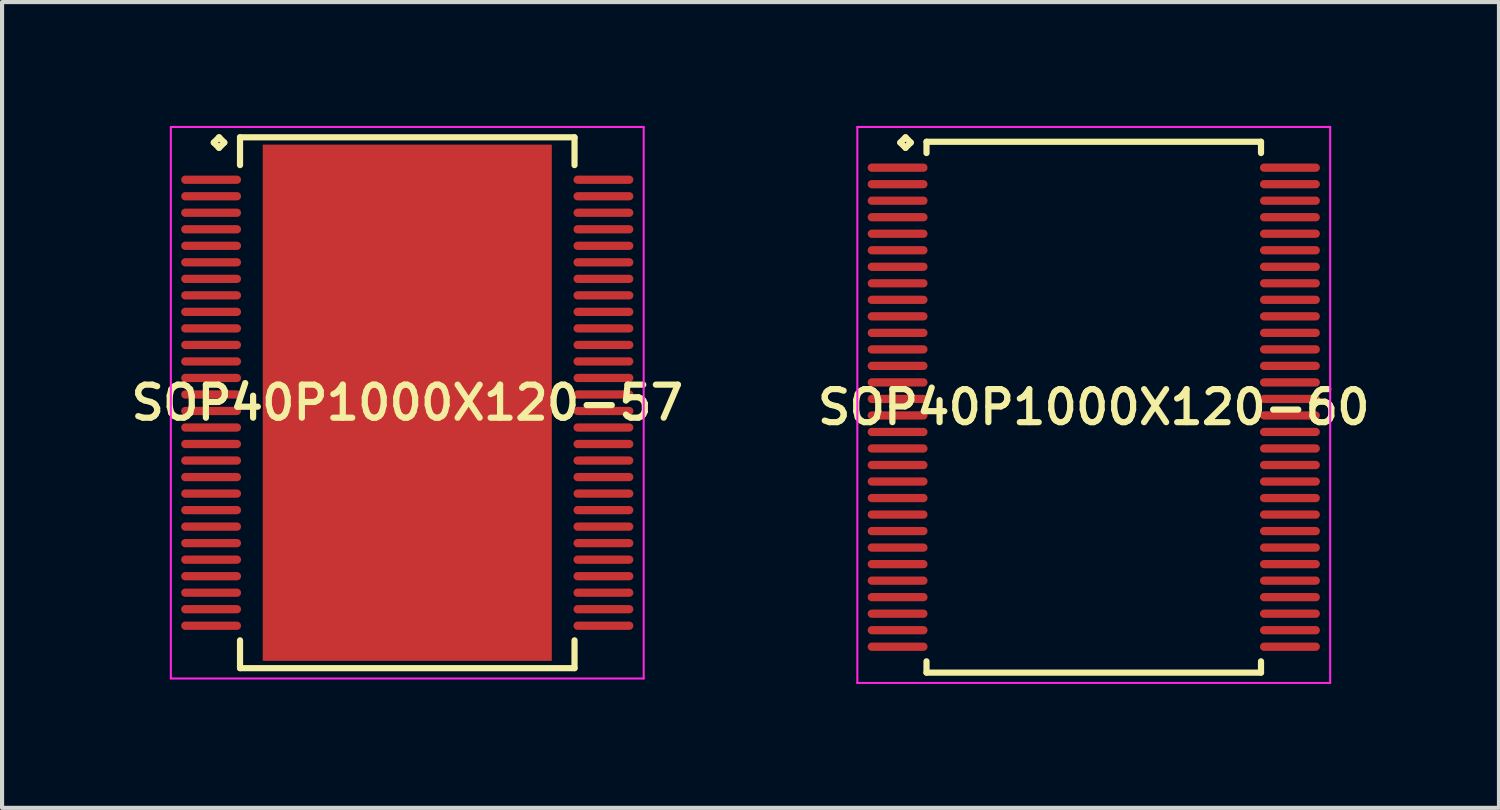
<source format=kicad_pcb>
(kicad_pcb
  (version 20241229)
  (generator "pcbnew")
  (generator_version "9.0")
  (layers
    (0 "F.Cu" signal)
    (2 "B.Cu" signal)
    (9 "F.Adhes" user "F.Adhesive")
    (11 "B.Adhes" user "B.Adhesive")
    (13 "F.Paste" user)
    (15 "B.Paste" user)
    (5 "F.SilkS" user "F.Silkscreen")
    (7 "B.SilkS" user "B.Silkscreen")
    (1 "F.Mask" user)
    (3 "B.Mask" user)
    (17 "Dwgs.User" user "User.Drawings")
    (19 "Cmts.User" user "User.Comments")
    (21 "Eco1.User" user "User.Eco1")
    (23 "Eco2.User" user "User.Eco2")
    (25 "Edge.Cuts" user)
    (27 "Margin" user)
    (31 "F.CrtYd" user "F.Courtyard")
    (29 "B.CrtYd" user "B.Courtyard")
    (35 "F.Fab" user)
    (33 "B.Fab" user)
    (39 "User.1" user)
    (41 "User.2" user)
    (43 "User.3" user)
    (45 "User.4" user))
  (footprint "SOP40P1000X120-60"
    (layer "F.Cu")
    (at 23.435 6.81)
    (property "Reference" "SOP40P1000X120-60" (at 0 0 0) (layer "F.SilkS") (effects (font (size 0.8 0.8) (thickness 0.15))))
    (attr smd)
    (fp_line (start -4.685 -6.408) (end -4.558 -6.535) (stroke (width 0.15) (type solid)) (layer "F.SilkS"))
    (fp_line (start -4.558 -6.535) (end -4.431 -6.408) (stroke (width 0.15) (type solid)) (layer "F.SilkS"))
    (fp_line (start -4.558 -6.281) (end -4.685 -6.408) (stroke (width 0.15) (type solid)) (layer "F.SilkS"))
    (fp_line (start -4.431 -6.408) (end -4.558 -6.281) (stroke (width 0.15) (type solid)) (layer "F.SilkS"))
    (fp_line (start -4.05 -6.427) (end 4.05 -6.427) (stroke (width 0.15) (type solid)) (layer "F.SilkS"))
    (fp_line (start -4.05 -6.154) (end -4.05 -6.427) (stroke (width 0.15) (type solid)) (layer "F.SilkS"))
    (fp_line (start -4.05 6.154) (end -4.05 6.427) (stroke (width 0.15) (type solid)) (layer "F.SilkS"))
    (fp_line (start -4.05 6.427) (end 4.05 6.427) (stroke (width 0.15) (type solid)) (layer "F.SilkS"))
    (fp_line (start 4.05 -6.427) (end 4.05 -6.154) (stroke (width 0.15) (type solid)) (layer "F.SilkS"))
    (fp_line (start 4.05 6.427) (end 4.05 6.154) (stroke (width 0.15) (type solid)) (layer "F.SilkS"))
    (fp_line (start -5.725 -6.785) (end 5.725 -6.785) (stroke (width 0.05) (type solid)) (layer "F.CrtYd"))
    (fp_line (start -5.725 6.677) (end -5.725 -6.785) (stroke (width 0.05) (type solid)) (layer "F.CrtYd"))
    (fp_line (start 5.725 -6.785) (end 5.725 6.677) (stroke (width 0.05) (type solid)) (layer "F.CrtYd"))
    (fp_line (start 5.725 6.677) (end -5.725 6.677) (stroke (width 0.05) (type solid)) (layer "F.CrtYd"))
    (pad "1" smd oval (at -4.75 -5.8) (size 1.45 0.2) (layers "F.Cu" "F.Mask" "F.Paste"))
    (pad "2" smd oval (at -4.75 -5.4) (size 1.45 0.2) (layers "F.Cu" "F.Mask" "F.Paste"))
    (pad "3" smd oval (at -4.75 -5) (size 1.45 0.2) (layers "F.Cu" "F.Mask" "F.Paste"))
    (pad "4" smd oval (at -4.75 -4.6) (size 1.45 0.2) (layers "F.Cu" "F.Mask" "F.Paste"))
    (pad "5" smd oval (at -4.75 -4.2) (size 1.45 0.2) (layers "F.Cu" "F.Mask" "F.Paste"))
    (pad "6" smd oval (at -4.75 -3.8) (size 1.45 0.2) (layers "F.Cu" "F.Mask" "F.Paste"))
    (pad "7" smd oval (at -4.75 -3.4) (size 1.45 0.2) (layers "F.Cu" "F.Mask" "F.Paste"))
    (pad "8" smd oval (at -4.75 -3) (size 1.45 0.2) (layers "F.Cu" "F.Mask" "F.Paste"))
    (pad "9" smd oval (at -4.75 -2.6) (size 1.45 0.2) (layers "F.Cu" "F.Mask" "F.Paste"))
    (pad "10" smd oval (at -4.75 -2.2) (size 1.45 0.2) (layers "F.Cu" "F.Mask" "F.Paste"))
    (pad "11" smd oval (at -4.75 -1.8) (size 1.45 0.2) (layers "F.Cu" "F.Mask" "F.Paste"))
    (pad "12" smd oval (at -4.75 -1.4) (size 1.45 0.2) (layers "F.Cu" "F.Mask" "F.Paste"))
    (pad "13" smd oval (at -4.75 -1) (size 1.45 0.2) (layers "F.Cu" "F.Mask" "F.Paste"))
    (pad "14" smd oval (at -4.75 -0.6) (size 1.45 0.2) (layers "F.Cu" "F.Mask" "F.Paste"))
    (pad "15" smd oval (at -4.75 -0.2) (size 1.45 0.2) (layers "F.Cu" "F.Mask" "F.Paste"))
    (pad "16" smd oval (at -4.75 0.2) (size 1.45 0.2) (layers "F.Cu" "F.Mask" "F.Paste"))
    (pad "17" smd oval (at -4.75 0.6) (size 1.45 0.2) (layers "F.Cu" "F.Mask" "F.Paste"))
    (pad "18" smd oval (at -4.75 1) (size 1.45 0.2) (layers "F.Cu" "F.Mask" "F.Paste"))
    (pad "19" smd oval (at -4.75 1.4) (size 1.45 0.2) (layers "F.Cu" "F.Mask" "F.Paste"))
    (pad "20" smd oval (at -4.75 1.8) (size 1.45 0.2) (layers "F.Cu" "F.Mask" "F.Paste"))
    (pad "21" smd oval (at -4.75 2.2) (size 1.45 0.2) (layers "F.Cu" "F.Mask" "F.Paste"))
    (pad "22" smd oval (at -4.75 2.6) (size 1.45 0.2) (layers "F.Cu" "F.Mask" "F.Paste"))
    (pad "23" smd oval (at -4.75 3) (size 1.45 0.2) (layers "F.Cu" "F.Mask" "F.Paste"))
    (pad "24" smd oval (at -4.75 3.4) (size 1.45 0.2) (layers "F.Cu" "F.Mask" "F.Paste"))
    (pad "25" smd oval (at -4.75 3.8) (size 1.45 0.2) (layers "F.Cu" "F.Mask" "F.Paste"))
    (pad "26" smd oval (at -4.75 4.2) (size 1.45 0.2) (layers "F.Cu" "F.Mask" "F.Paste"))
    (pad "27" smd oval (at -4.75 4.6) (size 1.45 0.2) (layers "F.Cu" "F.Mask" "F.Paste"))
    (pad "28" smd oval (at -4.75 5) (size 1.45 0.2) (layers "F.Cu" "F.Mask" "F.Paste"))
    (pad "29" smd oval (at -4.75 5.4) (size 1.45 0.2) (layers "F.Cu" "F.Mask" "F.Paste"))
    (pad "30" smd oval (at -4.75 5.8) (size 1.45 0.2) (layers "F.Cu" "F.Mask" "F.Paste"))
    (pad "31" smd oval (at 4.75 5.8) (size 1.45 0.2) (layers "F.Cu" "F.Mask" "F.Paste"))
    (pad "32" smd oval (at 4.75 5.4) (size 1.45 0.2) (layers "F.Cu" "F.Mask" "F.Paste"))
    (pad "33" smd oval (at 4.75 5) (size 1.45 0.2) (layers "F.Cu" "F.Mask" "F.Paste"))
    (pad "34" smd oval (at 4.75 4.6) (size 1.45 0.2) (layers "F.Cu" "F.Mask" "F.Paste"))
    (pad "35" smd oval (at 4.75 4.2) (size 1.45 0.2) (layers "F.Cu" "F.Mask" "F.Paste"))
    (pad "36" smd oval (at 4.75 3.8) (size 1.45 0.2) (layers "F.Cu" "F.Mask" "F.Paste"))
    (pad "37" smd oval (at 4.75 3.4) (size 1.45 0.2) (layers "F.Cu" "F.Mask" "F.Paste"))
    (pad "38" smd oval (at 4.75 3) (size 1.45 0.2) (layers "F.Cu" "F.Mask" "F.Paste"))
    (pad "39" smd oval (at 4.75 2.6) (size 1.45 0.2) (layers "F.Cu" "F.Mask" "F.Paste"))
    (pad "40" smd oval (at 4.75 2.2) (size 1.45 0.2) (layers "F.Cu" "F.Mask" "F.Paste"))
    (pad "41" smd oval (at 4.75 1.8) (size 1.45 0.2) (layers "F.Cu" "F.Mask" "F.Paste"))
    (pad "42" smd oval (at 4.75 1.4) (size 1.45 0.2) (layers "F.Cu" "F.Mask" "F.Paste"))
    (pad "43" smd oval (at 4.75 1) (size 1.45 0.2) (layers "F.Cu" "F.Mask" "F.Paste"))
    (pad "44" smd oval (at 4.75 0.6) (size 1.45 0.2) (layers "F.Cu" "F.Mask" "F.Paste"))
    (pad "45" smd oval (at 4.75 0.2) (size 1.45 0.2) (layers "F.Cu" "F.Mask" "F.Paste"))
    (pad "46" smd oval (at 4.75 -0.2) (size 1.45 0.2) (layers "F.Cu" "F.Mask" "F.Paste"))
    (pad "47" smd oval (at 4.75 -0.6) (size 1.45 0.2) (layers "F.Cu" "F.Mask" "F.Paste"))
    (pad "48" smd oval (at 4.75 -1) (size 1.45 0.2) (layers "F.Cu" "F.Mask" "F.Paste"))
    (pad "49" smd oval (at 4.75 -1.4) (size 1.45 0.2) (layers "F.Cu" "F.Mask" "F.Paste"))
    (pad "50" smd oval (at 4.75 -1.8) (size 1.45 0.2) (layers "F.Cu" "F.Mask" "F.Paste"))
    (pad "51" smd oval (at 4.75 -2.2) (size 1.45 0.2) (layers "F.Cu" "F.Mask" "F.Paste"))
    (pad "52" smd oval (at 4.75 -2.6) (size 1.45 0.2) (layers "F.Cu" "F.Mask" "F.Paste"))
    (pad "53" smd oval (at 4.75 -3) (size 1.45 0.2) (layers "F.Cu" "F.Mask" "F.Paste"))
    (pad "54" smd oval (at 4.75 -3.4) (size 1.45 0.2) (layers "F.Cu" "F.Mask" "F.Paste"))
    (pad "55" smd oval (at 4.75 -3.8) (size 1.45 0.2) (layers "F.Cu" "F.Mask" "F.Paste"))
    (pad "56" smd oval (at 4.75 -4.2) (size 1.45 0.2) (layers "F.Cu" "F.Mask" "F.Paste"))
    (pad "57" smd oval (at 4.75 -4.6) (size 1.45 0.2) (layers "F.Cu" "F.Mask" "F.Paste"))
    (pad "58" smd oval (at 4.75 -5) (size 1.45 0.2) (layers "F.Cu" "F.Mask" "F.Paste"))
    (pad "59" smd oval (at 4.75 -5.4) (size 1.45 0.2) (layers "F.Cu" "F.Mask" "F.Paste"))
    (pad "60" smd oval (at 4.75 -5.8) (size 1.45 0.2) (layers "F.Cu" "F.Mask" "F.Paste")))
  (footprint "SOP40P1000X120-57"
    (layer "F.Cu")
    (at 6.812 6.702)
    (property "Reference" "SOP40P1000X120-57" (at 0 0 0) (layer "F.SilkS") (effects (font (size 0.8 0.8) (thickness 0.15))))
    (attr smd)
    (fp_line (start -4.685 -6.3) (end -4.558 -6.427) (stroke (width 0.15) (type solid)) (layer "F.SilkS"))
    (fp_line (start -4.558 -6.427) (end -4.431 -6.3) (stroke (width 0.15) (type solid)) (layer "F.SilkS"))
    (fp_line (start -4.558 -6.173) (end -4.685 -6.3) (stroke (width 0.15) (type solid)) (layer "F.SilkS"))
    (fp_line (start -4.431 -6.3) (end -4.558 -6.173) (stroke (width 0.15) (type solid)) (layer "F.SilkS"))
    (fp_line (start -4.05 -6.427) (end 4.05 -6.427) (stroke (width 0.15) (type solid)) (layer "F.SilkS"))
    (fp_line (start -4.05 -5.754) (end -4.05 -6.427) (stroke (width 0.15) (type solid)) (layer "F.SilkS"))
    (fp_line (start -4.05 5.754) (end -4.05 6.427) (stroke (width 0.15) (type solid)) (layer "F.SilkS"))
    (fp_line (start -4.05 6.427) (end 4.05 6.427) (stroke (width 0.15) (type solid)) (layer "F.SilkS"))
    (fp_line (start 4.05 -6.427) (end 4.05 -5.754) (stroke (width 0.15) (type solid)) (layer "F.SilkS"))
    (fp_line (start 4.05 6.427) (end 4.05 5.754) (stroke (width 0.15) (type solid)) (layer "F.SilkS"))
    (fp_line (start -5.725 -6.677) (end 5.725 -6.677) (stroke (width 0.05) (type solid)) (layer "F.CrtYd"))
    (fp_line (start -5.725 6.677) (end -5.725 -6.677) (stroke (width 0.05) (type solid)) (layer "F.CrtYd"))
    (fp_line (start 5.725 -6.677) (end 5.725 6.677) (stroke (width 0.05) (type solid)) (layer "F.CrtYd"))
    (fp_line (start 5.725 6.677) (end -5.725 6.677) (stroke (width 0.05) (type solid)) (layer "F.CrtYd"))
    (pad "1" smd oval (at -4.75 -5.4) (size 1.45 0.2) (layers "F.Cu" "F.Mask" "F.Paste"))
    (pad "2" smd oval (at -4.75 -5) (size 1.45 0.2) (layers "F.Cu" "F.Mask" "F.Paste"))
    (pad "3" smd oval (at -4.75 -4.6) (size 1.45 0.2) (layers "F.Cu" "F.Mask" "F.Paste"))
    (pad "4" smd oval (at -4.75 -4.2) (size 1.45 0.2) (layers "F.Cu" "F.Mask" "F.Paste"))
    (pad "5" smd oval (at -4.75 -3.8) (size 1.45 0.2) (layers "F.Cu" "F.Mask" "F.Paste"))
    (pad "6" smd oval (at -4.75 -3.4) (size 1.45 0.2) (layers "F.Cu" "F.Mask" "F.Paste"))
    (pad "7" smd oval (at -4.75 -3) (size 1.45 0.2) (layers "F.Cu" "F.Mask" "F.Paste"))
    (pad "8" smd oval (at -4.75 -2.6) (size 1.45 0.2) (layers "F.Cu" "F.Mask" "F.Paste"))
    (pad "9" smd oval (at -4.75 -2.2) (size 1.45 0.2) (layers "F.Cu" "F.Mask" "F.Paste"))
    (pad "10" smd oval (at -4.75 -1.8) (size 1.45 0.2) (layers "F.Cu" "F.Mask" "F.Paste"))
    (pad "11" smd oval (at -4.75 -1.4) (size 1.45 0.2) (layers "F.Cu" "F.Mask" "F.Paste"))
    (pad "12" smd oval (at -4.75 -1) (size 1.45 0.2) (layers "F.Cu" "F.Mask" "F.Paste"))
    (pad "13" smd oval (at -4.75 -0.6) (size 1.45 0.2) (layers "F.Cu" "F.Mask" "F.Paste"))
    (pad "14" smd oval (at -4.75 -0.2) (size 1.45 0.2) (layers "F.Cu" "F.Mask" "F.Paste"))
    (pad "15" smd oval (at -4.75 0.2) (size 1.45 0.2) (layers "F.Cu" "F.Mask" "F.Paste"))
    (pad "16" smd oval (at -4.75 0.6) (size 1.45 0.2) (layers "F.Cu" "F.Mask" "F.Paste"))
    (pad "17" smd oval (at -4.75 1) (size 1.45 0.2) (layers "F.Cu" "F.Mask" "F.Paste"))
    (pad "18" smd oval (at -4.75 1.4) (size 1.45 0.2) (layers "F.Cu" "F.Mask" "F.Paste"))
    (pad "19" smd oval (at -4.75 1.8) (size 1.45 0.2) (layers "F.Cu" "F.Mask" "F.Paste"))
    (pad "20" smd oval (at -4.75 2.2) (size 1.45 0.2) (layers "F.Cu" "F.Mask" "F.Paste"))
    (pad "21" smd oval (at -4.75 2.6) (size 1.45 0.2) (layers "F.Cu" "F.Mask" "F.Paste"))
    (pad "22" smd oval (at -4.75 3) (size 1.45 0.2) (layers "F.Cu" "F.Mask" "F.Paste"))
    (pad "23" smd oval (at -4.75 3.4) (size 1.45 0.2) (layers "F.Cu" "F.Mask" "F.Paste"))
    (pad "24" smd oval (at -4.75 3.8) (size 1.45 0.2) (layers "F.Cu" "F.Mask" "F.Paste"))
    (pad "25" smd oval (at -4.75 4.2) (size 1.45 0.2) (layers "F.Cu" "F.Mask" "F.Paste"))
    (pad "26" smd oval (at -4.75 4.6) (size 1.45 0.2) (layers "F.Cu" "F.Mask" "F.Paste"))
    (pad "27" smd oval (at -4.75 5) (size 1.45 0.2) (layers "F.Cu" "F.Mask" "F.Paste"))
    (pad "28" smd oval (at -4.75 5.4) (size 1.45 0.2) (layers "F.Cu" "F.Mask" "F.Paste"))
    (pad "29" smd oval (at 4.75 5.4) (size 1.45 0.2) (layers "F.Cu" "F.Mask" "F.Paste"))
    (pad "30" smd oval (at 4.75 5) (size 1.45 0.2) (layers "F.Cu" "F.Mask" "F.Paste"))
    (pad "31" smd oval (at 4.75 4.6) (size 1.45 0.2) (layers "F.Cu" "F.Mask" "F.Paste"))
    (pad "32" smd oval (at 4.75 4.2) (size 1.45 0.2) (layers "F.Cu" "F.Mask" "F.Paste"))
    (pad "33" smd oval (at 4.75 3.8) (size 1.45 0.2) (layers "F.Cu" "F.Mask" "F.Paste"))
    (pad "34" smd oval (at 4.75 3.4) (size 1.45 0.2) (layers "F.Cu" "F.Mask" "F.Paste"))
    (pad "35" smd oval (at 4.75 3) (size 1.45 0.2) (layers "F.Cu" "F.Mask" "F.Paste"))
    (pad "36" smd oval (at 4.75 2.6) (size 1.45 0.2) (layers "F.Cu" "F.Mask" "F.Paste"))
    (pad "37" smd oval (at 4.75 2.2) (size 1.45 0.2) (layers "F.Cu" "F.Mask" "F.Paste"))
    (pad "38" smd oval (at 4.75 1.8) (size 1.45 0.2) (layers "F.Cu" "F.Mask" "F.Paste"))
    (pad "39" smd oval (at 4.75 1.4) (size 1.45 0.2) (layers "F.Cu" "F.Mask" "F.Paste"))
    (pad "40" smd oval (at 4.75 1) (size 1.45 0.2) (layers "F.Cu" "F.Mask" "F.Paste"))
    (pad "41" smd oval (at 4.75 0.6) (size 1.45 0.2) (layers "F.Cu" "F.Mask" "F.Paste"))
    (pad "42" smd oval (at 4.75 0.2) (size 1.45 0.2) (layers "F.Cu" "F.Mask" "F.Paste"))
    (pad "43" smd oval (at 4.75 -0.2) (size 1.45 0.2) (layers "F.Cu" "F.Mask" "F.Paste"))
    (pad "44" smd oval (at 4.75 -0.6) (size 1.45 0.2) (layers "F.Cu" "F.Mask" "F.Paste"))
    (pad "45" smd oval (at 4.75 -1) (size 1.45 0.2) (layers "F.Cu" "F.Mask" "F.Paste"))
    (pad "46" smd oval (at 4.75 -1.4) (size 1.45 0.2) (layers "F.Cu" "F.Mask" "F.Paste"))
    (pad "47" smd oval (at 4.75 -1.8) (size 1.45 0.2) (layers "F.Cu" "F.Mask" "F.Paste"))
    (pad "48" smd oval (at 4.75 -2.2) (size 1.45 0.2) (layers "F.Cu" "F.Mask" "F.Paste"))
    (pad "49" smd oval (at 4.75 -2.6) (size 1.45 0.2) (layers "F.Cu" "F.Mask" "F.Paste"))
    (pad "50" smd oval (at 4.75 -3) (size 1.45 0.2) (layers "F.Cu" "F.Mask" "F.Paste"))
    (pad "51" smd oval (at 4.75 -3.4) (size 1.45 0.2) (layers "F.Cu" "F.Mask" "F.Paste"))
    (pad "52" smd oval (at 4.75 -3.8) (size 1.45 0.2) (layers "F.Cu" "F.Mask" "F.Paste"))
    (pad "53" smd oval (at 4.75 -4.2) (size 1.45 0.2) (layers "F.Cu" "F.Mask" "F.Paste"))
    (pad "54" smd oval (at 4.75 -4.6) (size 1.45 0.2) (layers "F.Cu" "F.Mask" "F.Paste"))
    (pad "55" smd oval (at 4.75 -5) (size 1.45 0.2) (layers "F.Cu" "F.Mask" "F.Paste"))
    (pad "56" smd oval (at 4.75 -5.4) (size 1.45 0.2) (layers "F.Cu" "F.Mask" "F.Paste"))
    (pad "57" smd rect (at 0 0) (size 7 12.5) (layers "F.Cu" "F.Mask" "F.Paste")))
  (gr_rect
    (start -3 -3)
    (end 33.247 16.512)
    (stroke (width 0.1) (type default))
    (fill no)
    (layer "Edge.Cuts")))
</source>
